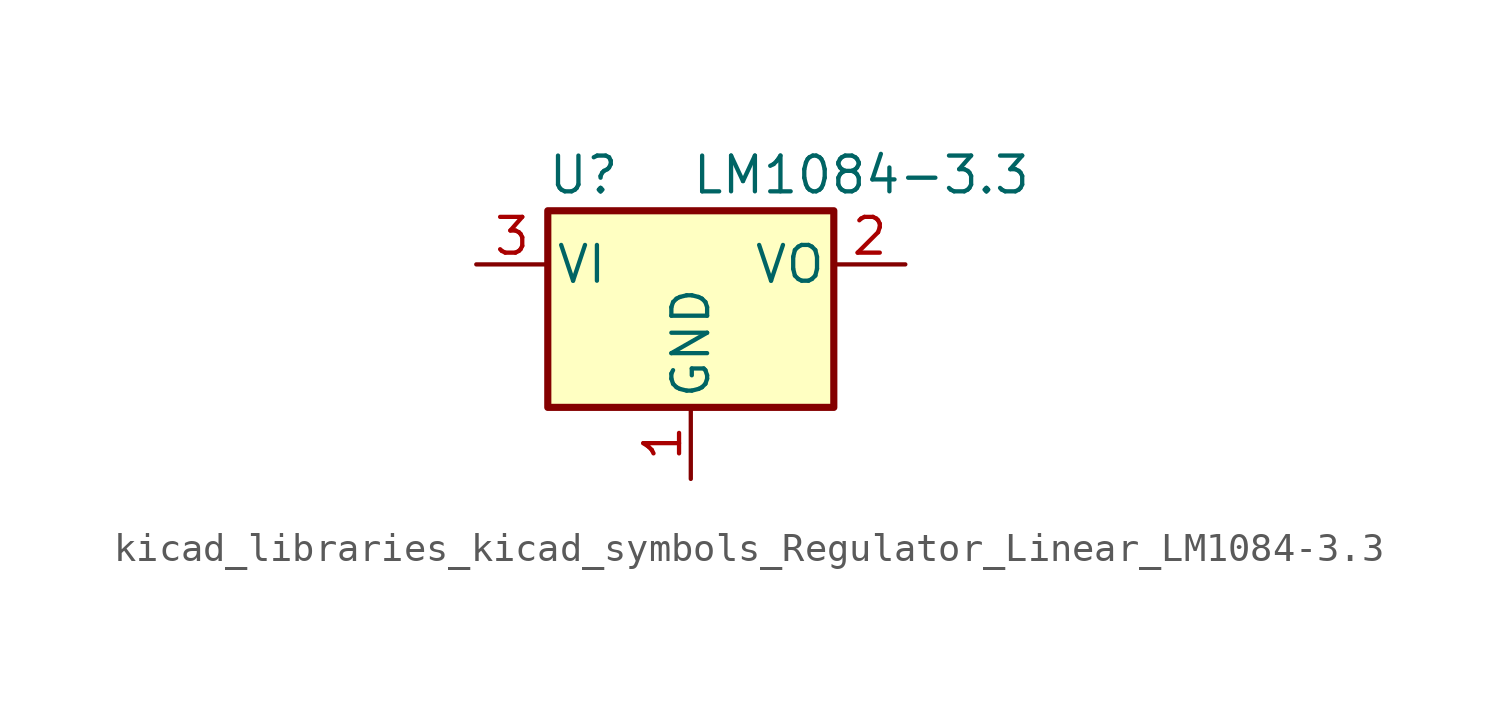
<source format=kicad_sym>
(kicad_symbol_lib
  (version 20220914)
  (generator kicad_symbol_editor)
  (symbol "kicad_libraries_kicad_symbols_Regulator_Linear_LM1084-3.3"
    (pin_names
      (offset 0.254))
    (property "Reference" "U"
      (at -3.81 3.175 0)
      (effects (font (size 1.27 1.27))))
    (property "Value" "LM1084-3.3"
      (at 0 3.175 0)
      (effects (font (size 1.27 1.27)) (justify left)))
    (symbol "kicad_libraries_kicad_symbols_Regulator_Linear_LM1084-3.3_0_1"
      (rectangle (start -5.08 1.905) (end 5.08 -5.08) (stroke (width 0.254) (type default)) (fill (type background))))
    (symbol "kicad_libraries_kicad_symbols_Regulator_Linear_LM1084-3.3_1_1"
      (pin power_in line (at 0 -7.62 90) (length 2.54) (name "GND" (effects (font (size 1.27 1.27)))) (number "1" (effects (font (size 1.27 1.27)))))
      (pin power_out line (at 7.62 0 180) (length 2.54) (name "VO" (effects (font (size 1.27 1.27)))) (number "2" (effects (font (size 1.27 1.27)))))
      (pin power_in line (at -7.62 0 0) (length 2.54) (name "VI" (effects (font (size 1.27 1.27)))) (number "3" (effects (font (size 1.27 1.27))))))))
</source>
